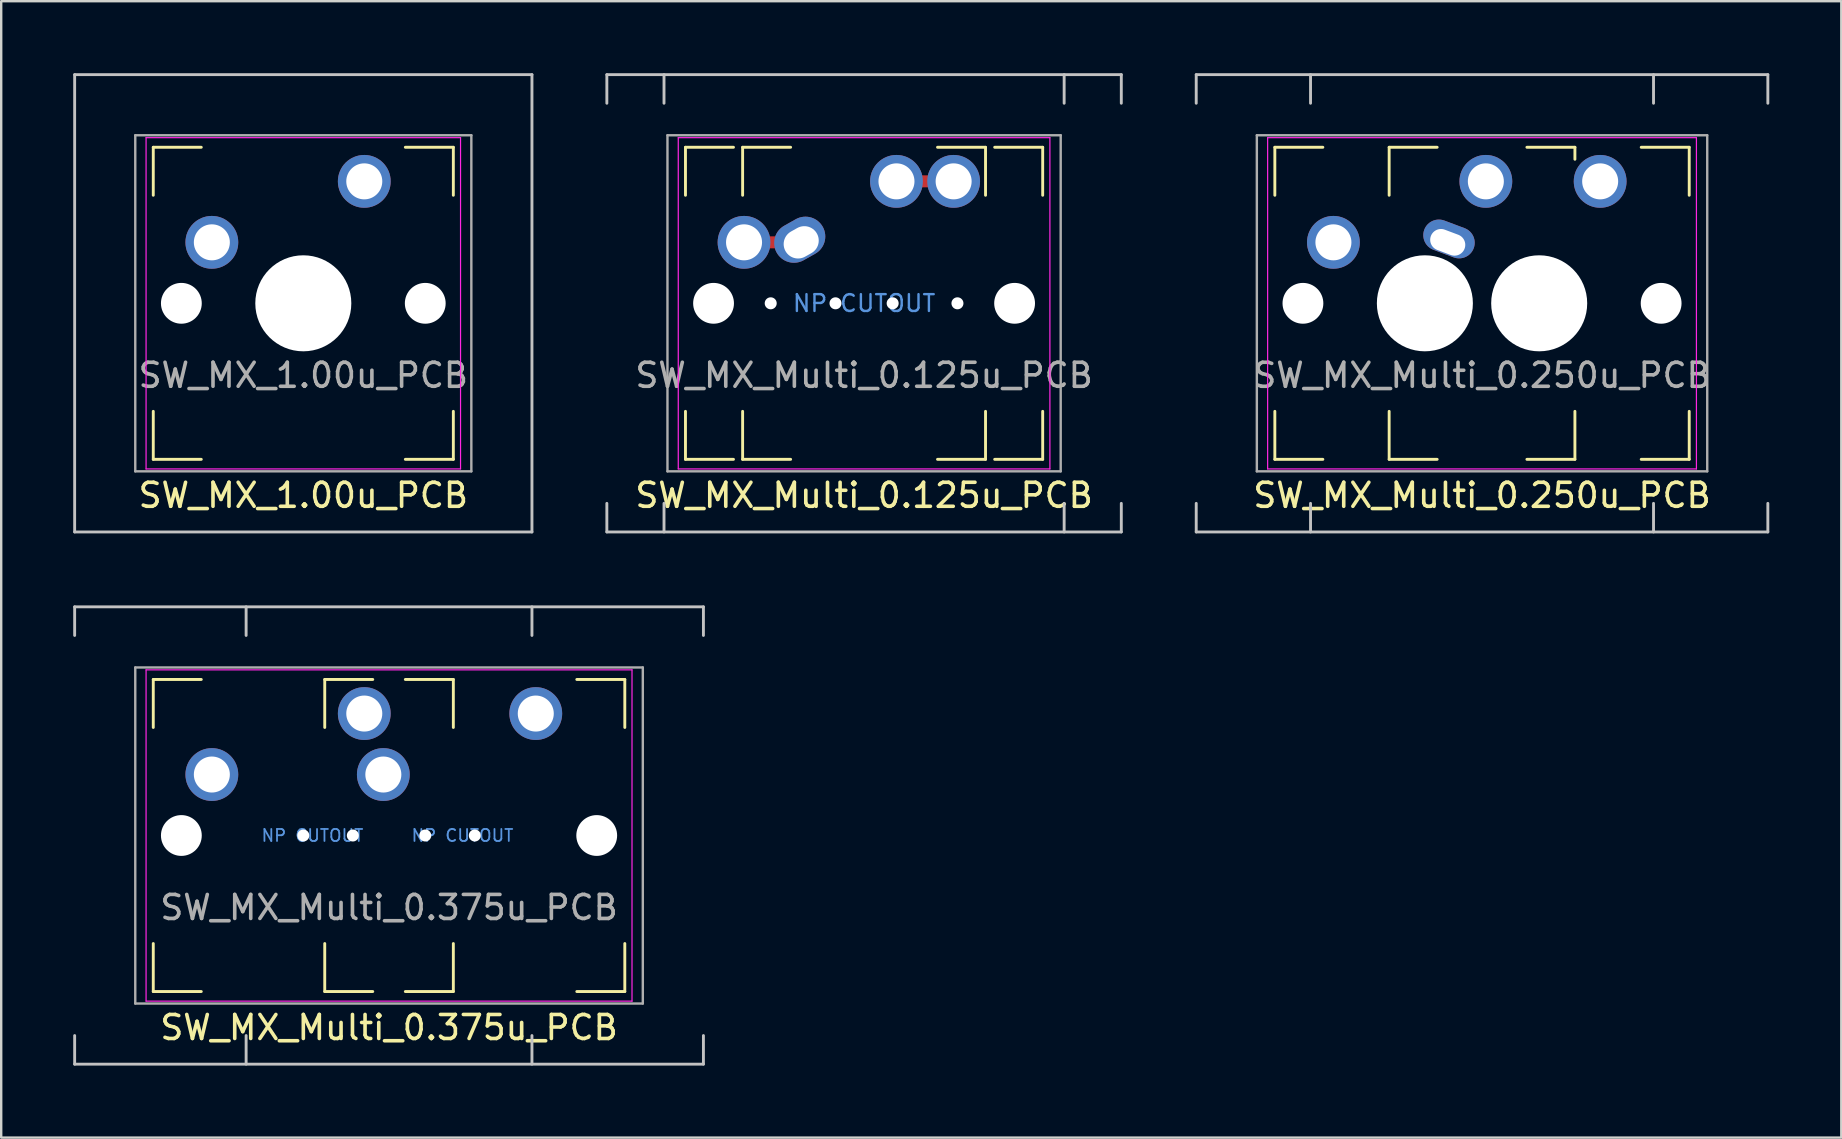
<source format=kicad_pcb>
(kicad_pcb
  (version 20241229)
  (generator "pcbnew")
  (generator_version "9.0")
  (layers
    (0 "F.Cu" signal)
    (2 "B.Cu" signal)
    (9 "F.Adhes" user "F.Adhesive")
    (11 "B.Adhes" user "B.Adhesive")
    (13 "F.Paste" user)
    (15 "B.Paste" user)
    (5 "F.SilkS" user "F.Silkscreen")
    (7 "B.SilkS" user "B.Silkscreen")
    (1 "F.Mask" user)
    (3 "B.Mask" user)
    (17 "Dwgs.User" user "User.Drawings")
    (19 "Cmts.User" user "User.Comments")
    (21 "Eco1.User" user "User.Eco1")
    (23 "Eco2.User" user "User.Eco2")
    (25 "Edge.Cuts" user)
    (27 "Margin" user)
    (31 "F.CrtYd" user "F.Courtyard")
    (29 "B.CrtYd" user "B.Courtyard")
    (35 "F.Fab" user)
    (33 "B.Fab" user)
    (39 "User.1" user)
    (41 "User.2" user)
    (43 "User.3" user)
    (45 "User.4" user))
  (footprint "SW_MX_1.00u_PCB"
    (layer "F.Cu")
    (at 9.585 9.585)
    (property "Reference" "SW_MX_1.00u_PCB" (at 0 8 0) (layer "F.SilkS") (effects (font (size 1 1) (thickness 0.15))))
    (attr through_hole)
    (fp_line (start -6.25 -6.5) (end -4.25 -6.5) (stroke (width 0.12) (type solid)) (layer "F.SilkS"))
    (fp_line (start -6.25 -4.5) (end -6.25 -6.5) (stroke (width 0.12) (type solid)) (layer "F.SilkS"))
    (fp_line (start -6.25 6.5) (end -6.25 4.5) (stroke (width 0.12) (type solid)) (layer "F.SilkS"))
    (fp_line (start -6.25 6.5) (end -4.25 6.5) (stroke (width 0.12) (type solid)) (layer "F.SilkS"))
    (fp_line (start 4.25 -6.5) (end 6.25 -6.5) (stroke (width 0.12) (type solid)) (layer "F.SilkS"))
    (fp_line (start 4.25 6.5) (end 6.25 6.5) (stroke (width 0.12) (type solid)) (layer "F.SilkS"))
    (fp_line (start 6.25 -4.5) (end 6.25 -6.5) (stroke (width 0.12) (type solid)) (layer "F.SilkS"))
    (fp_line (start 6.25 6.5) (end 6.25 4.5) (stroke (width 0.12) (type solid)) (layer "F.SilkS"))
    (fp_line (start -9.525 -9.525) (end 9.525 -9.525) (stroke (width 0.12) (type solid)) (layer "Dwgs.User"))
    (fp_line (start -9.525 9.525) (end -9.525 -9.525) (stroke (width 0.12) (type solid)) (layer "Dwgs.User"))
    (fp_line (start 9.525 -9.525) (end 9.525 9.525) (stroke (width 0.12) (type solid)) (layer "Dwgs.User"))
    (fp_line (start 9.525 9.525) (end -9.525 9.525) (stroke (width 0.12) (type solid)) (layer "Dwgs.User"))
    (fp_line (start -6.55 -6.9) (end 6.55 -6.9) (stroke (width 0.05) (type solid)) (layer "F.CrtYd"))
    (fp_line (start -6.55 6.9) (end -6.55 -6.9) (stroke (width 0.05) (type solid)) (layer "F.CrtYd"))
    (fp_line (start 6.55 -6.9) (end 6.55 6.9) (stroke (width 0.05) (type solid)) (layer "F.CrtYd"))
    (fp_line (start 6.55 6.9) (end -6.55 6.9) (stroke (width 0.05) (type solid)) (layer "F.CrtYd"))
    (fp_line (start -7 -7) (end 7 -7) (stroke (width 0.1) (type solid)) (layer "F.Fab"))
    (fp_line (start -7 7) (end -7 -7) (stroke (width 0.1) (type solid)) (layer "F.Fab"))
    (fp_line (start 7 -7) (end 7 7) (stroke (width 0.1) (type solid)) (layer "F.Fab"))
    (fp_line (start 7 7) (end -7 7) (stroke (width 0.1) (type solid)) (layer "F.Fab"))
    (fp_text user "${REFERENCE}" (at 0 3 0) (layer "F.Fab") (effects (font (size 1 1) (thickness 0.15))))
    (pad "" np_thru_hole circle (at -5.08 0) (size 1.7 1.7) (drill 1.7) (layers "*.Cu" "*.Mask"))
    (pad "" np_thru_hole circle (at 0 0) (size 4 4) (drill 4) (layers "*.Cu" "*.Mask"))
    (pad "" np_thru_hole circle (at 5.08 0) (size 1.7 1.7) (drill 1.7) (layers "*.Cu" "*.Mask"))
    (pad "1" thru_hole circle (at 2.54 -5.08) (size 2.2 2.2) (drill 1.5) (layers "*.Cu" "*.Mask"))
    (pad "2" thru_hole circle (at -3.81 -2.54) (size 2.2 2.2) (drill 1.5) (layers "*.Cu" "*.Mask")))
  (footprint "SW_MX_Multi_0.125u_PCB"
    (layer "F.Cu")
    (at 31.755 9.585)
    (property "Reference" "SW_MX_Multi_0.125u_PCB" (at 1.191 8 0) (layer "F.SilkS") (effects (font (size 1 1) (thickness 0.15))))
    (attr through_hole)
    (fp_line (start -6.25 -6.5) (end -4.25 -6.5) (stroke (width 0.12) (type solid)) (layer "F.SilkS"))
    (fp_line (start -6.25 -4.5) (end -6.25 -6.5) (stroke (width 0.12) (type solid)) (layer "F.SilkS"))
    (fp_line (start -6.25 6.5) (end -6.25 4.5) (stroke (width 0.12) (type solid)) (layer "F.SilkS"))
    (fp_line (start -6.25 6.5) (end -4.25 6.5) (stroke (width 0.12) (type solid)) (layer "F.SilkS"))
    (fp_line (start -3.869 -6.5) (end -1.869 -6.5) (stroke (width 0.12) (type solid)) (layer "F.SilkS"))
    (fp_line (start -3.869 -4.5) (end -3.869 -6.5) (stroke (width 0.12) (type solid)) (layer "F.SilkS"))
    (fp_line (start -3.869 6.5) (end -3.869 4.5) (stroke (width 0.12) (type solid)) (layer "F.SilkS"))
    (fp_line (start -3.869 6.5) (end -1.869 6.5) (stroke (width 0.12) (type solid)) (layer "F.SilkS"))
    (fp_line (start 4.25 -6.5) (end 6.25 -6.5) (stroke (width 0.12) (type solid)) (layer "F.SilkS"))
    (fp_line (start 4.25 6.5) (end 6.25 6.5) (stroke (width 0.12) (type solid)) (layer "F.SilkS"))
    (fp_line (start 6.25 -4.5) (end 6.25 -6.5) (stroke (width 0.12) (type solid)) (layer "F.SilkS"))
    (fp_line (start 6.25 6.5) (end 6.25 4.5) (stroke (width 0.12) (type solid)) (layer "F.SilkS"))
    (fp_line (start 6.631 -6.5) (end 8.631 -6.5) (stroke (width 0.12) (type solid)) (layer "F.SilkS"))
    (fp_line (start 6.631 6.5) (end 8.631 6.5) (stroke (width 0.12) (type solid)) (layer "F.SilkS"))
    (fp_line (start 8.631 -4.5) (end 8.631 -6.5) (stroke (width 0.12) (type solid)) (layer "F.SilkS"))
    (fp_line (start 8.631 6.5) (end 8.631 4.5) (stroke (width 0.12) (type solid)) (layer "F.SilkS"))
    (fp_line (start -9.525 -9.525) (end 11.906 -9.525) (stroke (width 0.12) (type solid)) (layer "Dwgs.User"))
    (fp_line (start -9.525 -8.334) (end -9.525 -9.525) (stroke (width 0.12) (type solid)) (layer "Dwgs.User"))
    (fp_line (start -9.525 9.525) (end -9.525 8.334) (stroke (width 0.12) (type solid)) (layer "Dwgs.User"))
    (fp_line (start -7.144 -9.525) (end -7.144 -8.334) (stroke (width 0.12) (type solid)) (layer "Dwgs.User"))
    (fp_line (start -7.144 9.525) (end -7.144 8.334) (stroke (width 0.12) (type solid)) (layer "Dwgs.User"))
    (fp_line (start 9.525 -9.525) (end 9.525 -8.334) (stroke (width 0.12) (type solid)) (layer "Dwgs.User"))
    (fp_line (start 9.525 9.525) (end 9.525 8.334) (stroke (width 0.12) (type solid)) (layer "Dwgs.User"))
    (fp_line (start 11.906 -9.525) (end 11.906 -8.334) (stroke (width 0.12) (type solid)) (layer "Dwgs.User"))
    (fp_line (start 11.906 9.525) (end -9.525 9.525) (stroke (width 0.12) (type solid)) (layer "Dwgs.User"))
    (fp_line (start 11.906 9.525) (end 11.906 8.334) (stroke (width 0.12) (type solid)) (layer "Dwgs.User"))
    (fp_arc (start -1.954191 -0.414778) (mid -0.706693 -1.868553) (end 1.190623 -1.604157) (stroke (width 0.05) (type solid)) (layer "Eco1.User"))
    (fp_arc (start -1.95242 0.41158) (mid -3.550949 0.001828) (end -1.954192 -0.414777) (stroke (width 0.05) (type solid)) (layer "Eco1.User"))
    (fp_arc (start 1.184943 -1.610648) (mid 3.091972 -1.876223) (end 4.344434 -0.413818) (stroke (width 0.05) (type solid)) (layer "Eco1.User"))
    (fp_arc (start 1.192139 1.602108) (mid -0.70741 1.867489) (end -1.954403 0.410189) (stroke (width 0.05) (type solid)) (layer "Eco1.User"))
    (fp_arc (start 4.335089 0.404031) (mid 3.091918 1.864317) (end 1.19214 1.602107) (stroke (width 0.05) (type solid)) (layer "Eco1.User"))
    (fp_arc (start 4.344435 -0.413819) (mid 5.923963 0.005325) (end 4.339272 0.404504) (stroke (width 0.05) (type solid)) (layer "Eco1.User"))
    (fp_line (start -6.55 -6.9) (end 8.931 -6.9) (stroke (width 0.05) (type solid)) (layer "F.CrtYd"))
    (fp_line (start -6.55 6.9) (end -6.55 -6.9) (stroke (width 0.05) (type solid)) (layer "F.CrtYd"))
    (fp_line (start 8.931 -6.9) (end 8.931 6.9) (stroke (width 0.05) (type solid)) (layer "F.CrtYd"))
    (fp_line (start 8.931 6.9) (end -6.55 6.9) (stroke (width 0.05) (type solid)) (layer "F.CrtYd"))
    (fp_line (start -7 -7) (end 9.381 -7) (stroke (width 0.1) (type solid)) (layer "F.Fab"))
    (fp_line (start -7 7) (end -7 -7) (stroke (width 0.1) (type solid)) (layer "F.Fab"))
    (fp_line (start 9.381 -7) (end 9.381 7) (stroke (width 0.1) (type solid)) (layer "F.Fab"))
    (fp_line (start 9.381 7) (end -7 7) (stroke (width 0.1) (type solid)) (layer "F.Fab"))
    (fp_text user "NP CUTOUT" (at 1.191 0 0) (layer "Cmts.User") (effects (font (size 0.7 0.7) (thickness 0.1))))
    (fp_text user "${REFERENCE}" (at 1.191 3 0) (layer "F.Fab") (effects (font (size 1 1) (thickness 0.15))))
    (pad "" np_thru_hole circle (at -5.08 0) (size 1.7 1.7) (drill 1.7) (layers "*.Cu" "*.Mask"))
    (pad "" np_thru_hole circle (at -2.699 0) (size 0.5 0.5) (drill 0.5) (layers "*.Cu" "*.Mask"))
    (pad "" np_thru_hole circle (at 0 0) (size 0.5 0.5) (drill 0.5) (layers "*.Cu" "*.Mask"))
    (pad "" np_thru_hole circle (at 2.381 0) (size 0.5 0.5) (drill 0.5) (layers "*.Cu" "*.Mask"))
    (pad "" np_thru_hole circle (at 5.08 0) (size 0.5 0.5) (drill 0.5) (layers "*.Cu" "*.Mask"))
    (pad "" np_thru_hole circle (at 7.461 0) (size 1.7 1.7) (drill 1.7) (layers "*.Cu" "*.Mask"))
    (pad "1" thru_hole circle (at 2.54 -5.08) (size 2.2 2.2) (drill 1.5) (layers "*.Cu" "*.Mask"))
    (pad "1" smd oval (at 3.731 -5.08) (size 2.381 0.5) (layers "F.Cu"))
    (pad "1" thru_hole circle (at 4.921 -5.08) (size 2.2 2.2) (drill 1.5) (layers "*.Cu" "*.Mask"))
    (pad "2" thru_hole circle (at -3.81 -2.54) (size 2.2 2.2) (drill 1.5) (layers "*.Cu" "*.Mask"))
    (pad "2" smd oval (at -2.619 -2.54) (size 2.381 0.5) (layers "F.Cu"))
    (pad "2" thru_hole oval (at -1.429 -2.54 299.4) (size 1.65 2.2) (drill oval 1.2 1.5 (offset -0.125 0)) (layers "*.Cu" "*.Mask")))
  (footprint "SW_MX_Multi_0.250u_PCB"
    (layer "F.Cu")
    (at 58.688 9.585)
    (property "Reference" "SW_MX_Multi_0.250u_PCB" (at 0 8 0) (layer "F.SilkS") (effects (font (size 1 1) (thickness 0.15))))
    (attr through_hole)
    (fp_line (start -8.631 -6.5) (end -6.631 -6.5) (stroke (width 0.12) (type solid)) (layer "F.SilkS"))
    (fp_line (start -8.631 -4.5) (end -8.631 -6.5) (stroke (width 0.12) (type solid)) (layer "F.SilkS"))
    (fp_line (start -8.631 6.5) (end -8.631 4.5) (stroke (width 0.12) (type solid)) (layer "F.SilkS"))
    (fp_line (start -8.631 6.5) (end -6.631 6.5) (stroke (width 0.12) (type solid)) (layer "F.SilkS"))
    (fp_line (start -3.869 -6.5) (end -1.869 -6.5) (stroke (width 0.12) (type solid)) (layer "F.SilkS"))
    (fp_line (start -3.869 -4.5) (end -3.869 -6.5) (stroke (width 0.12) (type solid)) (layer "F.SilkS"))
    (fp_line (start -3.869 6.5) (end -3.869 4.5) (stroke (width 0.12) (type solid)) (layer "F.SilkS"))
    (fp_line (start -3.869 6.5) (end -1.869 6.5) (stroke (width 0.12) (type solid)) (layer "F.SilkS"))
    (fp_line (start 1.869 -6.5) (end 3.869 -6.5) (stroke (width 0.12) (type solid)) (layer "F.SilkS"))
    (fp_line (start 1.869 6.5) (end 3.869 6.5) (stroke (width 0.12) (type solid)) (layer "F.SilkS"))
    (fp_line (start 3.869 -6) (end 3.869 -6.5) (stroke (width 0.12) (type solid)) (layer "F.SilkS"))
    (fp_line (start 3.869 6.5) (end 3.869 4.5) (stroke (width 0.12) (type solid)) (layer "F.SilkS"))
    (fp_line (start 6.631 -6.5) (end 8.631 -6.5) (stroke (width 0.12) (type solid)) (layer "F.SilkS"))
    (fp_line (start 6.631 6.5) (end 8.631 6.5) (stroke (width 0.12) (type solid)) (layer "F.SilkS"))
    (fp_line (start 8.631 -4.5) (end 8.631 -6.5) (stroke (width 0.12) (type solid)) (layer "F.SilkS"))
    (fp_line (start 8.631 6.5) (end 8.631 4.5) (stroke (width 0.12) (type solid)) (layer "F.SilkS"))
    (fp_line (start -11.906 -9.525) (end 11.906 -9.525) (stroke (width 0.12) (type solid)) (layer "Dwgs.User"))
    (fp_line (start -11.906 -8.334) (end -11.906 -9.525) (stroke (width 0.12) (type solid)) (layer "Dwgs.User"))
    (fp_line (start -11.906 9.525) (end -11.906 8.334) (stroke (width 0.12) (type solid)) (layer "Dwgs.User"))
    (fp_line (start -7.144 -9.525) (end -7.144 -8.334) (stroke (width 0.12) (type solid)) (layer "Dwgs.User"))
    (fp_line (start -7.144 9.525) (end -7.144 8.334) (stroke (width 0.12) (type solid)) (layer "Dwgs.User"))
    (fp_line (start 7.144 -9.525) (end 7.144 -8.334) (stroke (width 0.12) (type solid)) (layer "Dwgs.User"))
    (fp_line (start 7.144 9.525) (end 7.144 8.334) (stroke (width 0.12) (type solid)) (layer "Dwgs.User"))
    (fp_line (start 11.906 -9.525) (end 11.906 -8.334) (stroke (width 0.12) (type solid)) (layer "Dwgs.User"))
    (fp_line (start 11.906 9.525) (end -11.906 9.525) (stroke (width 0.12) (type solid)) (layer "Dwgs.User"))
    (fp_line (start 11.906 9.525) (end 11.906 8.334) (stroke (width 0.12) (type solid)) (layer "Dwgs.User"))
    (fp_line (start -8.931 -6.9) (end 8.931 -6.9) (stroke (width 0.05) (type solid)) (layer "F.CrtYd"))
    (fp_line (start -8.931 6.9) (end -8.931 -6.9) (stroke (width 0.05) (type solid)) (layer "F.CrtYd"))
    (fp_line (start 8.931 -6.9) (end 8.931 6.9) (stroke (width 0.05) (type solid)) (layer "F.CrtYd"))
    (fp_line (start 8.931 6.9) (end -8.931 6.9) (stroke (width 0.05) (type solid)) (layer "F.CrtYd"))
    (fp_line (start -9.381 -7) (end 9.381 -7) (stroke (width 0.1) (type solid)) (layer "F.Fab"))
    (fp_line (start -9.381 7) (end -9.381 -7) (stroke (width 0.1) (type solid)) (layer "F.Fab"))
    (fp_line (start 9.381 -7) (end 9.381 7) (stroke (width 0.1) (type solid)) (layer "F.Fab"))
    (fp_line (start 9.381 7) (end -9.381 7) (stroke (width 0.1) (type solid)) (layer "F.Fab"))
    (fp_text user "${REFERENCE}" (at 0 3 0) (layer "F.Fab") (effects (font (size 1 1) (thickness 0.15))))
    (pad "" np_thru_hole circle (at -7.461 0) (size 1.7 1.7) (drill 1.7) (layers "*.Cu" "*.Mask"))
    (pad "" np_thru_hole circle (at -2.381 0) (size 4 4) (drill 4) (layers "*.Cu" "*.Mask"))
    (pad "" np_thru_hole circle (at 2.381 0) (size 4 4) (drill 4) (layers "*.Cu" "*.Mask"))
    (pad "" np_thru_hole circle (at 7.461 0) (size 1.7 1.7) (drill 1.7) (layers "*.Cu" "*.Mask"))
    (pad "1" thru_hole circle (at 0.159 -5.08) (size 2.2 2.2) (drill 1.5) (layers "*.Cu" "*.Mask"))
    (pad "1" thru_hole circle (at 4.921 -5.08) (size 2.2 2.2) (drill 1.5) (layers "*.Cu" "*.Mask"))
    (pad "2" thru_hole circle (at -6.191 -2.54) (size 2.2 2.2) (drill 1.5) (layers "*.Cu" "*.Mask"))
    (pad "2" thru_hole oval (at -1.429 -2.54 249.4) (size 1.3 2.2) (drill oval 0.9 1.5 (offset -0.15 0)) (layers "*.Cu" "*.Mask")))
  (footprint "SW_MX_Multi_0.375u_PCB"
    (layer "F.Cu")
    (at 11.966 31.755)
    (property "Reference" "SW_MX_Multi_0.375u_PCB" (at 1.191 8 0) (layer "F.SilkS") (effects (font (size 1 1) (thickness 0.15))))
    (attr through_hole)
    (fp_line (start -8.631 -6.5) (end -6.631 -6.5) (stroke (width 0.12) (type solid)) (layer "F.SilkS"))
    (fp_line (start -8.631 -4.5) (end -8.631 -6.5) (stroke (width 0.12) (type solid)) (layer "F.SilkS"))
    (fp_line (start -8.631 6.5) (end -8.631 4.5) (stroke (width 0.12) (type solid)) (layer "F.SilkS"))
    (fp_line (start -8.631 6.5) (end -6.631 6.5) (stroke (width 0.12) (type solid)) (layer "F.SilkS"))
    (fp_line (start -1.488 -6.5) (end 0.512 -6.5) (stroke (width 0.12) (type solid)) (layer "F.SilkS"))
    (fp_line (start -1.488 -4.5) (end -1.488 -6.5) (stroke (width 0.12) (type solid)) (layer "F.SilkS"))
    (fp_line (start -1.488 6.5) (end -1.488 4.5) (stroke (width 0.12) (type solid)) (layer "F.SilkS"))
    (fp_line (start -1.488 6.5) (end 0.512 6.5) (stroke (width 0.12) (type solid)) (layer "F.SilkS"))
    (fp_line (start 1.869 -6.5) (end 3.869 -6.5) (stroke (width 0.12) (type solid)) (layer "F.SilkS"))
    (fp_line (start 1.869 6.5) (end 3.869 6.5) (stroke (width 0.12) (type solid)) (layer "F.SilkS"))
    (fp_line (start 3.869 -4.5) (end 3.869 -6.5) (stroke (width 0.12) (type solid)) (layer "F.SilkS"))
    (fp_line (start 3.869 6.5) (end 3.869 4.5) (stroke (width 0.12) (type solid)) (layer "F.SilkS"))
    (fp_line (start 9.012 -6.5) (end 11.012 -6.5) (stroke (width 0.12) (type solid)) (layer "F.SilkS"))
    (fp_line (start 9.012 6.5) (end 11.012 6.5) (stroke (width 0.12) (type solid)) (layer "F.SilkS"))
    (fp_line (start 11.012 -4.5) (end 11.012 -6.5) (stroke (width 0.12) (type solid)) (layer "F.SilkS"))
    (fp_line (start 11.012 6.5) (end 11.012 4.5) (stroke (width 0.12) (type solid)) (layer "F.SilkS"))
    (fp_line (start -11.906 -9.525) (end 14.287 -9.525) (stroke (width 0.12) (type solid)) (layer "Dwgs.User"))
    (fp_line (start -11.906 -8.334) (end -11.906 -9.525) (stroke (width 0.12) (type solid)) (layer "Dwgs.User"))
    (fp_line (start -11.906 9.525) (end -11.906 8.334) (stroke (width 0.12) (type solid)) (layer "Dwgs.User"))
    (fp_line (start -4.763 -9.525) (end -4.763 -8.334) (stroke (width 0.12) (type solid)) (layer "Dwgs.User"))
    (fp_line (start -4.763 9.525) (end -4.763 8.334) (stroke (width 0.12) (type solid)) (layer "Dwgs.User"))
    (fp_line (start 7.144 -9.525) (end 7.144 -8.334) (stroke (width 0.12) (type solid)) (layer "Dwgs.User"))
    (fp_line (start 7.144 9.525) (end 7.144 8.334) (stroke (width 0.12) (type solid)) (layer "Dwgs.User"))
    (fp_line (start 14.287 -9.525) (end 14.287 -8.334) (stroke (width 0.12) (type solid)) (layer "Dwgs.User"))
    (fp_line (start 14.287 9.525) (end -11.906 9.525) (stroke (width 0.12) (type solid)) (layer "Dwgs.User"))
    (fp_line (start 14.287 9.525) (end 14.287 8.334) (stroke (width 0.12) (type solid)) (layer "Dwgs.User"))
    (fp_arc (start -0.555868 0.817283) (mid -4.381243 -0.000685) (end -0.555309 -0.816033) (stroke (width 0.05) (type solid)) (layer "Eco1.User"))
    (fp_arc (start -0.555589 -0.817363) (mid 0.533833 0.000145) (end -0.555867 0.817282) (stroke (width 0.05) (type solid)) (layer "Eco1.User"))
    (fp_arc (start 2.936559 -0.816033) (mid 6.762492 -0.000685) (end 2.937118 0.817283) (stroke (width 0.05) (type solid)) (layer "Eco1.User"))
    (fp_arc (start 2.937117 0.817282) (mid 1.847417 0.000145) (end 2.936839 -0.817363) (stroke (width 0.05) (type solid)) (layer "Eco1.User"))
    (fp_line (start -8.931 -6.9) (end 11.312 -6.9) (stroke (width 0.05) (type solid)) (layer "F.CrtYd"))
    (fp_line (start -8.931 6.9) (end -8.931 -6.9) (stroke (width 0.05) (type solid)) (layer "F.CrtYd"))
    (fp_line (start 11.312 -6.9) (end 11.312 6.9) (stroke (width 0.05) (type solid)) (layer "F.CrtYd"))
    (fp_line (start 11.312 6.9) (end -8.931 6.9) (stroke (width 0.05) (type solid)) (layer "F.CrtYd"))
    (fp_line (start -9.381 -7) (end 11.762 -7) (stroke (width 0.1) (type solid)) (layer "F.Fab"))
    (fp_line (start -9.381 7) (end -9.381 -7) (stroke (width 0.1) (type solid)) (layer "F.Fab"))
    (fp_line (start 11.762 -7) (end 11.762 7) (stroke (width 0.1) (type solid)) (layer "F.Fab"))
    (fp_line (start 11.762 7) (end -9.381 7) (stroke (width 0.1) (type solid)) (layer "F.Fab"))
    (fp_text user "NP CUTOUT" (at 4.25 0 0) (layer "Cmts.User") (effects (font (size 0.5 0.5) (thickness 0.075))))
    (fp_text user "NP CUTOUT" (at -2 0 0) (layer "Cmts.User") (effects (font (size 0.5 0.5) (thickness 0.075))))
    (fp_text user "${REFERENCE}" (at 1.191 3 0) (layer "F.Fab") (effects (font (size 1 1) (thickness 0.15))))
    (pad "" np_thru_hole circle (at -7.461 0) (size 1.7 1.7) (drill 1.7) (layers "*.Cu" "*.Mask"))
    (pad "" np_thru_hole circle (at -2.381 0) (size 0.5 0.5) (drill 0.5) (layers "*.Cu" "*.Mask"))
    (pad "" np_thru_hole circle (at -0.318 0) (size 0.5 0.5) (drill 0.5) (layers "*.Cu" "*.Mask"))
    (pad "" np_thru_hole circle (at 2.699 0) (size 0.5 0.5) (drill 0.5) (layers "*.Cu" "*.Mask"))
    (pad "" np_thru_hole circle (at 4.763 0) (size 0.5 0.5) (drill 0.5) (layers "*.Cu" "*.Mask"))
    (pad "" np_thru_hole circle (at 9.842 0) (size 1.7 1.7) (drill 1.7) (layers "*.Cu" "*.Mask"))
    (pad "1" thru_hole circle (at 0.159 -5.08) (size 2.2 2.2) (drill 1.5) (layers "*.Cu" "*.Mask"))
    (pad "1" thru_hole circle (at 7.303 -5.08) (size 2.2 2.2) (drill 1.5) (layers "*.Cu" "*.Mask"))
    (pad "2" thru_hole circle (at -6.191 -2.54) (size 2.2 2.2) (drill 1.5) (layers "*.Cu" "*.Mask"))
    (pad "2" thru_hole circle (at 0.953 -2.54) (size 2.2 2.2) (drill 1.5) (layers "*.Cu" "*.Mask")))
  (gr_rect
    (start -3 -3)
    (end 73.654 44.34)
    (stroke (width 0.1) (type default))
    (fill no)
    (layer "Edge.Cuts")))
</source>
